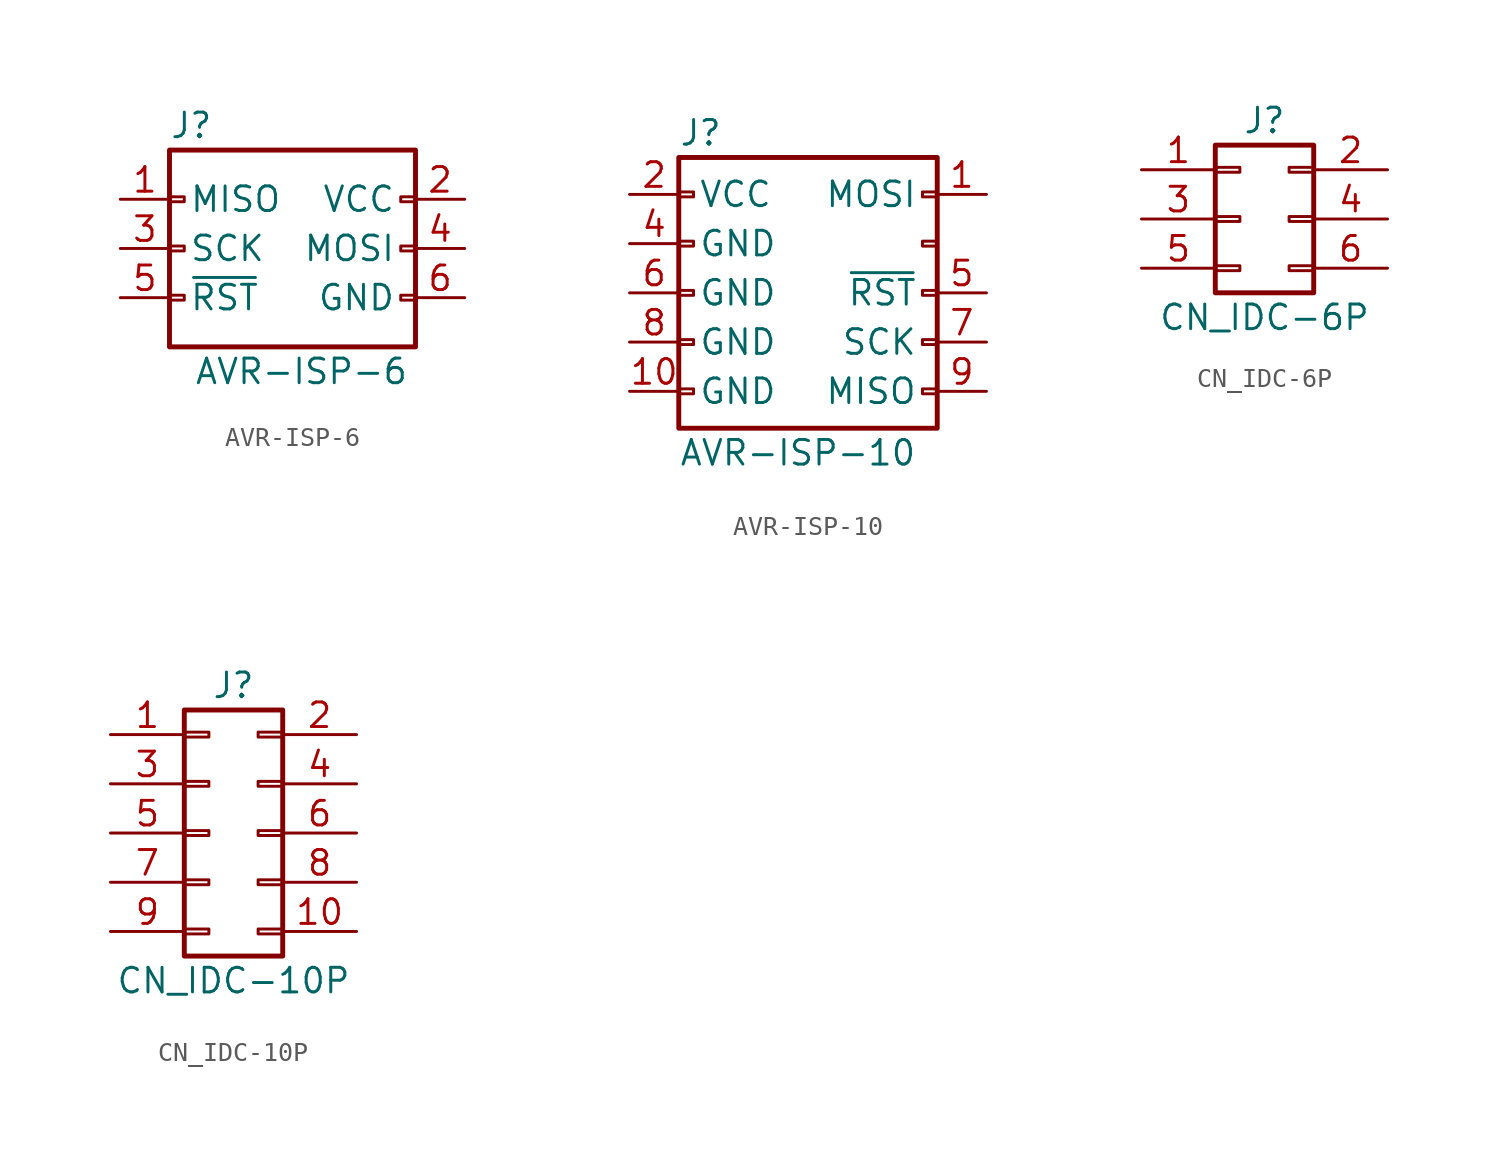
<source format=kicad_sym>
(kicad_symbol_lib
  (version 20220914)
  (generator kicad_symbol_editor)
  (symbol "AVR-ISP-6"
    (pin_names
      (offset 1.016))
    (property "Reference" "J"
      (at -6.35 6.35 0)
      (effects (font (size 1.27 1.27)) (justify left)))
    (property "Value" "AVR-ISP-6"
      (at -5.08 -6.35 0)
      (effects (font (size 1.27 1.27)) (justify left)))
    (symbol "AVR-ISP-6_0_1"
      (rectangle (start -6.35 5.08) (end 6.35 -5.08) (stroke (width 0.254) (type default)) (fill (type none)))
      (rectangle (start -5.588 -2.413) (end -6.35 -2.667) (stroke (width 0) (type default)) (fill (type none)))
      (rectangle (start -5.588 0.127) (end -6.35 -0.127) (stroke (width 0) (type default)) (fill (type none)))
      (rectangle (start -5.588 2.667) (end -6.35 2.413) (stroke (width 0) (type default)) (fill (type none)))
      (rectangle (start 6.35 -2.413) (end 5.588 -2.667) (stroke (width 0) (type default)) (fill (type none)))
      (rectangle (start 6.35 0.127) (end 5.588 -0.127) (stroke (width 0) (type default)) (fill (type none)))
      (rectangle (start 6.35 2.667) (end 5.588 2.413) (stroke (width 0) (type default)) (fill (type none))))
    (symbol "AVR-ISP-6_1_1"
      (pin passive line (at -8.89 2.54 0) (length 2.54) (name "MISO" (effects (font (size 1.27 1.27)))) (number "1" (effects (font (size 1.27 1.27)))))
      (pin passive line (at 8.89 2.54 180) (length 2.54) (name "VCC" (effects (font (size 1.27 1.27)))) (number "2" (effects (font (size 1.27 1.27)))))
      (pin passive line (at -8.89 0 0) (length 2.54) (name "SCK" (effects (font (size 1.27 1.27)))) (number "3" (effects (font (size 1.27 1.27)))))
      (pin passive line (at 8.89 0 180) (length 2.54) (name "MOSI" (effects (font (size 1.27 1.27)))) (number "4" (effects (font (size 1.27 1.27)))))
      (pin passive line (at -8.89 -2.54 0) (length 2.54) (name "~{RST}" (effects (font (size 1.27 1.27)))) (number "5" (effects (font (size 1.27 1.27)))))
      (pin passive line (at 8.89 -2.54 180) (length 2.54) (name "GND" (effects (font (size 1.27 1.27)))) (number "6" (effects (font (size 1.27 1.27)))))))
  (symbol "AVR-ISP-10"
    (pin_names
      (offset 1.016))
    (property "Reference" "J"
      (at -6.35 8.255 0)
      (effects (font (size 1.27 1.27)) (justify left)))
    (property "Value" "AVR-ISP-10"
      (at -6.35 -8.255 0)
      (effects (font (size 1.27 1.27)) (justify left)))
    (symbol "AVR-ISP-10_0_1"
      (rectangle (start -6.35 6.985) (end 6.985 -6.985) (stroke (width 0.254) (type default)) (fill (type none)))
      (rectangle (start -5.588 -4.953) (end -6.35 -5.207) (stroke (width 0) (type default)) (fill (type none)))
      (rectangle (start -5.588 -2.413) (end -6.35 -2.667) (stroke (width 0) (type default)) (fill (type none)))
      (rectangle (start -5.588 0.127) (end -6.35 -0.127) (stroke (width 0) (type default)) (fill (type none)))
      (rectangle (start -5.588 2.667) (end -6.35 2.413) (stroke (width 0) (type default)) (fill (type none)))
      (rectangle (start -5.588 5.207) (end -6.35 4.953) (stroke (width 0) (type default)) (fill (type none)))
      (rectangle (start 6.985 -4.953) (end 6.223 -5.207) (stroke (width 0) (type default)) (fill (type none)))
      (rectangle (start 6.985 -2.413) (end 6.223 -2.667) (stroke (width 0) (type default)) (fill (type none)))
      (rectangle (start 6.985 0.127) (end 6.223 -0.127) (stroke (width 0) (type default)) (fill (type none)))
      (rectangle (start 6.985 2.667) (end 6.223 2.413) (stroke (width 0) (type default)) (fill (type none)))
      (rectangle (start 6.985 5.207) (end 6.223 4.953) (stroke (width 0) (type default)) (fill (type none))))
    (symbol "AVR-ISP-10_1_1"
      (pin passive line (at 9.525 5.08 180) (length 2.54) (name "MOSI" (effects (font (size 1.27 1.27)))) (number "1" (effects (font (size 1.27 1.27)))))
      (pin passive line (at -8.89 -5.08 0) (length 2.54) (name "GND" (effects (font (size 1.27 1.27)))) (number "10" (effects (font (size 1.27 1.27)))))
      (pin passive line (at -8.89 5.08 0) (length 2.54) (name "VCC" (effects (font (size 1.27 1.27)))) (number "2" (effects (font (size 1.27 1.27)))))
      (pin no_connect line (at 9.525 2.54 180) (length 2.54) hide (name "NC" (effects (font (size 1.27 1.27)))) (number "3" (effects (font (size 1.27 1.27)))))
      (pin passive line (at -8.89 2.54 0) (length 2.54) (name "GND" (effects (font (size 1.27 1.27)))) (number "4" (effects (font (size 1.27 1.27)))))
      (pin passive line (at 9.525 0 180) (length 2.54) (name "~{RST}" (effects (font (size 1.27 1.27)))) (number "5" (effects (font (size 1.27 1.27)))))
      (pin passive line (at -8.89 0 0) (length 2.54) (name "GND" (effects (font (size 1.27 1.27)))) (number "6" (effects (font (size 1.27 1.27)))))
      (pin passive line (at 9.525 -2.54 180) (length 2.54) (name "SCK" (effects (font (size 1.27 1.27)))) (number "7" (effects (font (size 1.27 1.27)))))
      (pin passive line (at -8.89 -2.54 0) (length 2.54) (name "GND" (effects (font (size 1.27 1.27)))) (number "8" (effects (font (size 1.27 1.27)))))
      (pin passive line (at 9.525 -5.08 180) (length 2.54) (name "MISO" (effects (font (size 1.27 1.27)))) (number "9" (effects (font (size 1.27 1.27)))))))
  (symbol "CN_IDC-6P"
    (pin_names
      (offset 1.016) hide)
    (property "Reference" "J"
      (at 0 5.08 0)
      (effects (font (size 1.27 1.27))))
    (property "Value" "CN_IDC-6P"
      (at 0 -5.08 0)
      (effects (font (size 1.27 1.27))))
    (symbol "CN_IDC-6P_1_1"
      (rectangle (start -2.54 -2.413) (end -1.27 -2.667) (stroke (width 0.152) (type default)) (fill (type none)))
      (rectangle (start -2.54 0.127) (end -1.27 -0.127) (stroke (width 0.152) (type default)) (fill (type none)))
      (rectangle (start -2.54 2.667) (end -1.27 2.413) (stroke (width 0.152) (type default)) (fill (type none)))
      (rectangle (start -2.54 3.81) (end 2.54 -3.81) (stroke (width 0.254) (type default)) (fill (type none)))
      (rectangle (start 2.54 -2.413) (end 1.27 -2.667) (stroke (width 0.152) (type default)) (fill (type none)))
      (rectangle (start 2.54 0.127) (end 1.27 -0.127) (stroke (width 0.152) (type default)) (fill (type none)))
      (rectangle (start 2.54 2.667) (end 1.27 2.413) (stroke (width 0.152) (type default)) (fill (type none)))
      (pin passive line (at -6.35 2.54 0) (length 3.81) (name "Pin_1" (effects (font (size 1.27 1.27)))) (number "1" (effects (font (size 1.27 1.27)))))
      (pin passive line (at 6.35 2.54 180) (length 3.81) (name "Pin_2" (effects (font (size 1.27 1.27)))) (number "2" (effects (font (size 1.27 1.27)))))
      (pin passive line (at -6.35 0 0) (length 3.81) (name "Pin_3" (effects (font (size 1.27 1.27)))) (number "3" (effects (font (size 1.27 1.27)))))
      (pin passive line (at 6.35 0 180) (length 3.81) (name "Pin_4" (effects (font (size 1.27 1.27)))) (number "4" (effects (font (size 1.27 1.27)))))
      (pin passive line (at -6.35 -2.54 0) (length 3.81) (name "Pin_5" (effects (font (size 1.27 1.27)))) (number "5" (effects (font (size 1.27 1.27)))))
      (pin passive line (at 6.35 -2.54 180) (length 3.81) (name "Pin_6" (effects (font (size 1.27 1.27)))) (number "6" (effects (font (size 1.27 1.27)))))))
  (symbol "CN_IDC-10P"
    (pin_names
      (offset 1.016) hide)
    (property "Reference" "J"
      (at 1.27 7.62 0)
      (effects (font (size 1.27 1.27))))
    (property "Value" "CN_IDC-10P"
      (at 1.27 -7.62 0)
      (effects (font (size 1.27 1.27))))
    (symbol "CN_IDC-10P_1_1"
      (rectangle (start -1.27 -4.953) (end 0 -5.207) (stroke (width 0.152) (type default)) (fill (type none)))
      (rectangle (start -1.27 -2.413) (end 0 -2.667) (stroke (width 0.152) (type default)) (fill (type none)))
      (rectangle (start -1.27 0.127) (end 0 -0.127) (stroke (width 0.152) (type default)) (fill (type none)))
      (rectangle (start -1.27 2.667) (end 0 2.413) (stroke (width 0.152) (type default)) (fill (type none)))
      (rectangle (start -1.27 5.207) (end 0 4.953) (stroke (width 0.152) (type default)) (fill (type none)))
      (rectangle (start -1.27 6.35) (end 3.81 -6.35) (stroke (width 0.254) (type default)) (fill (type none)))
      (rectangle (start 3.81 -4.953) (end 2.54 -5.207) (stroke (width 0.152) (type default)) (fill (type none)))
      (rectangle (start 3.81 -2.413) (end 2.54 -2.667) (stroke (width 0.152) (type default)) (fill (type none)))
      (rectangle (start 3.81 0.127) (end 2.54 -0.127) (stroke (width 0.152) (type default)) (fill (type none)))
      (rectangle (start 3.81 2.667) (end 2.54 2.413) (stroke (width 0.152) (type default)) (fill (type none)))
      (rectangle (start 3.81 5.207) (end 2.54 4.953) (stroke (width 0.152) (type default)) (fill (type none)))
      (pin passive line (at -5.08 5.08 0) (length 3.81) (name "Pin_1" (effects (font (size 1.27 1.27)))) (number "1" (effects (font (size 1.27 1.27)))))
      (pin passive line (at 7.62 -5.08 180) (length 3.81) (name "Pin_10" (effects (font (size 1.27 1.27)))) (number "10" (effects (font (size 1.27 1.27)))))
      (pin passive line (at 7.62 5.08 180) (length 3.81) (name "Pin_2" (effects (font (size 1.27 1.27)))) (number "2" (effects (font (size 1.27 1.27)))))
      (pin passive line (at -5.08 2.54 0) (length 3.81) (name "Pin_3" (effects (font (size 1.27 1.27)))) (number "3" (effects (font (size 1.27 1.27)))))
      (pin passive line (at 7.62 2.54 180) (length 3.81) (name "Pin_4" (effects (font (size 1.27 1.27)))) (number "4" (effects (font (size 1.27 1.27)))))
      (pin passive line (at -5.08 0 0) (length 3.81) (name "Pin_5" (effects (font (size 1.27 1.27)))) (number "5" (effects (font (size 1.27 1.27)))))
      (pin passive line (at 7.62 0 180) (length 3.81) (name "Pin_6" (effects (font (size 1.27 1.27)))) (number "6" (effects (font (size 1.27 1.27)))))
      (pin passive line (at -5.08 -2.54 0) (length 3.81) (name "Pin_7" (effects (font (size 1.27 1.27)))) (number "7" (effects (font (size 1.27 1.27)))))
      (pin passive line (at 7.62 -2.54 180) (length 3.81) (name "Pin_8" (effects (font (size 1.27 1.27)))) (number "8" (effects (font (size 1.27 1.27)))))
      (pin passive line (at -5.08 -5.08 0) (length 3.81) (name "Pin_9" (effects (font (size 1.27 1.27)))) (number "9" (effects (font (size 1.27 1.27))))))))
</source>
